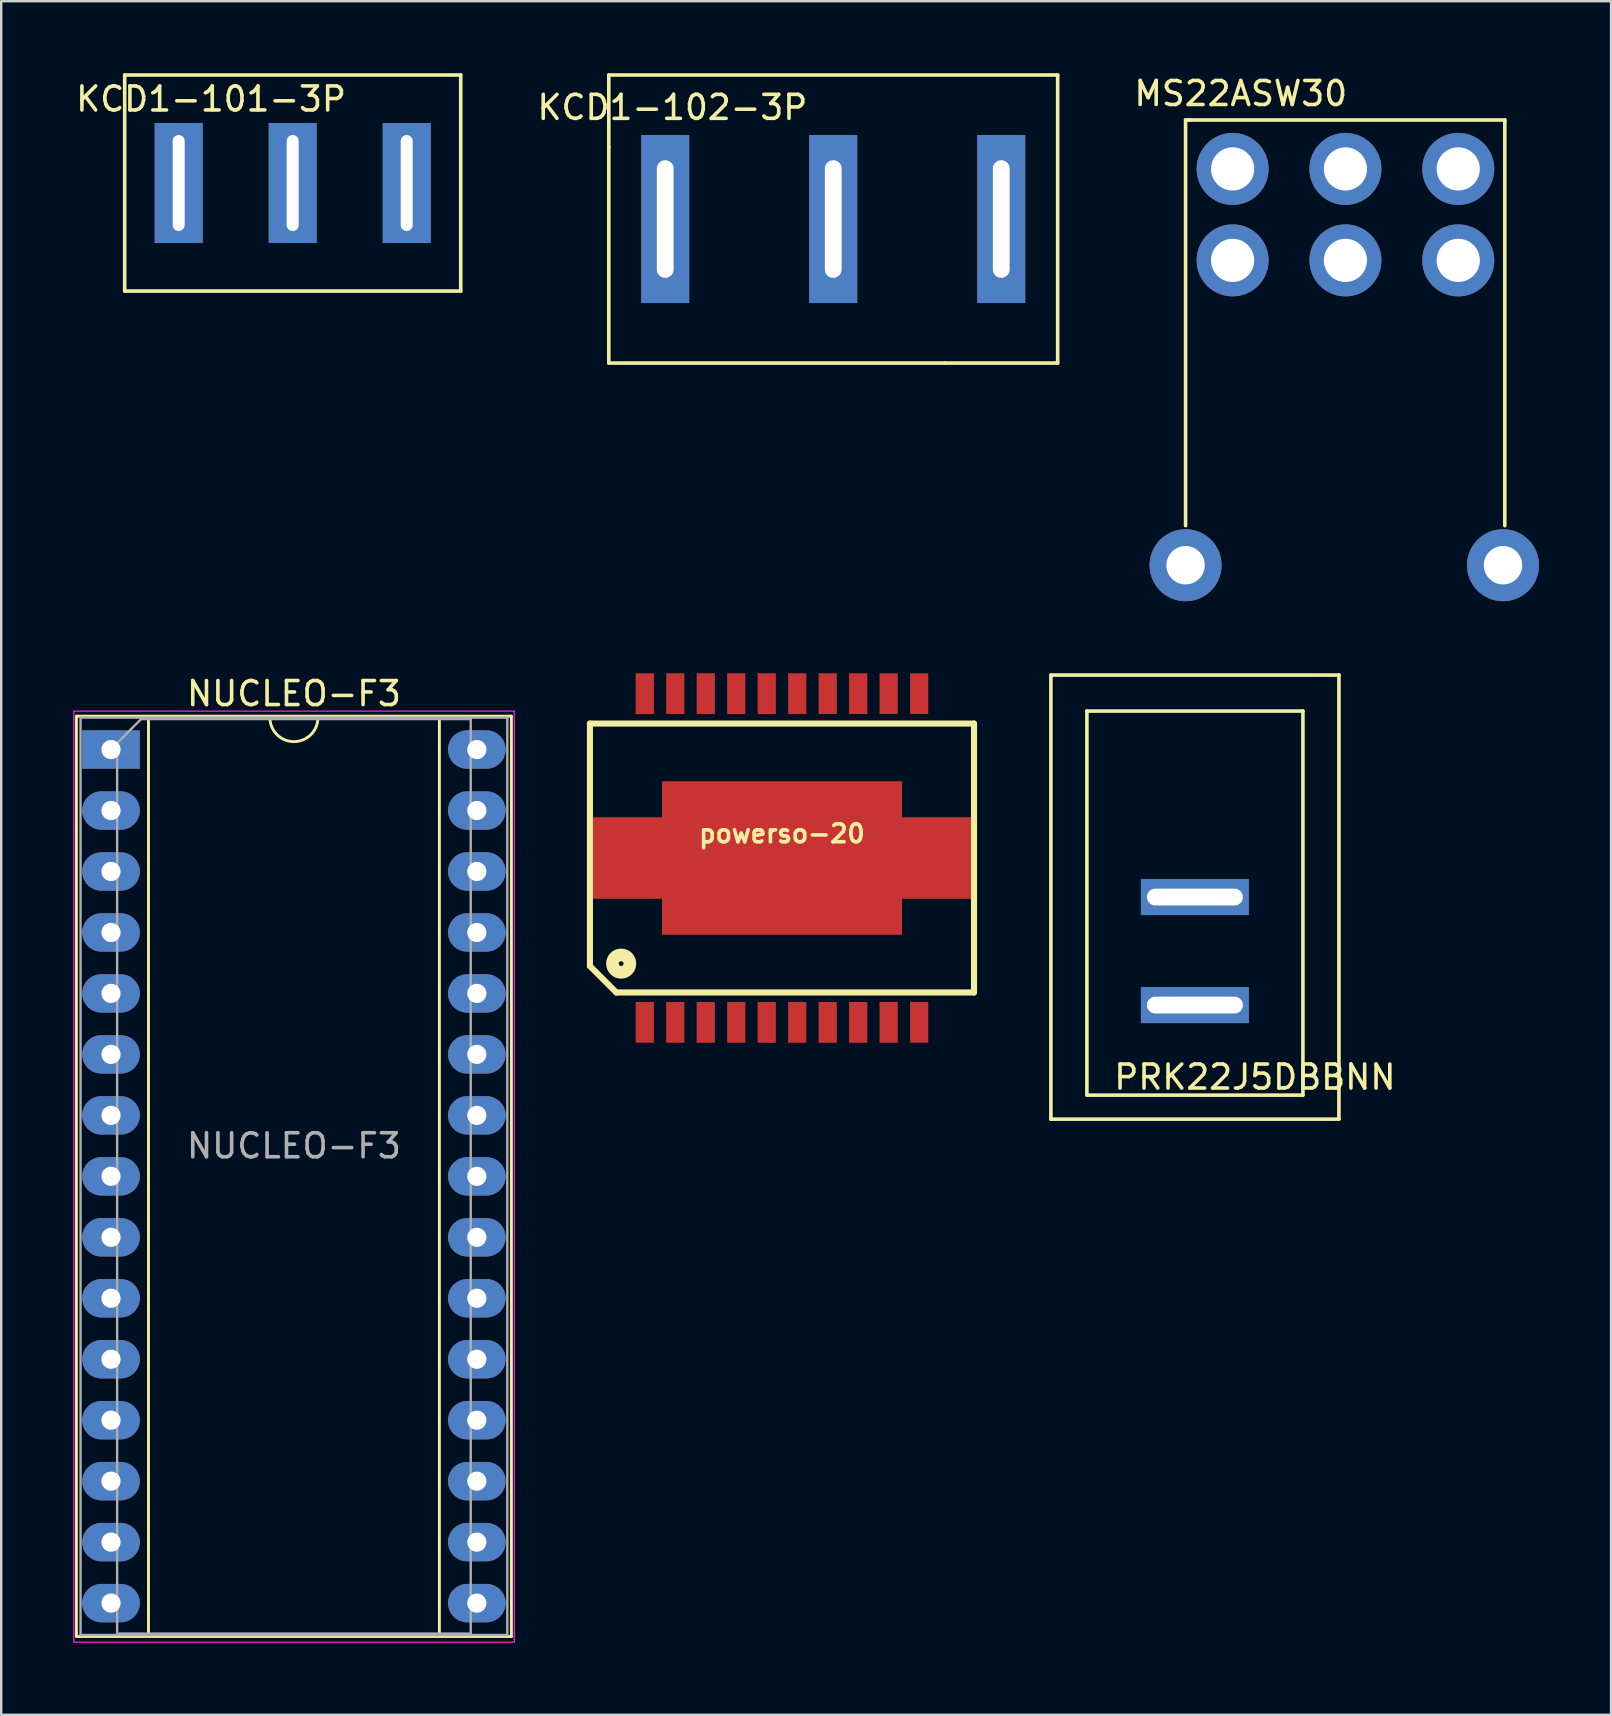
<source format=kicad_pcb>
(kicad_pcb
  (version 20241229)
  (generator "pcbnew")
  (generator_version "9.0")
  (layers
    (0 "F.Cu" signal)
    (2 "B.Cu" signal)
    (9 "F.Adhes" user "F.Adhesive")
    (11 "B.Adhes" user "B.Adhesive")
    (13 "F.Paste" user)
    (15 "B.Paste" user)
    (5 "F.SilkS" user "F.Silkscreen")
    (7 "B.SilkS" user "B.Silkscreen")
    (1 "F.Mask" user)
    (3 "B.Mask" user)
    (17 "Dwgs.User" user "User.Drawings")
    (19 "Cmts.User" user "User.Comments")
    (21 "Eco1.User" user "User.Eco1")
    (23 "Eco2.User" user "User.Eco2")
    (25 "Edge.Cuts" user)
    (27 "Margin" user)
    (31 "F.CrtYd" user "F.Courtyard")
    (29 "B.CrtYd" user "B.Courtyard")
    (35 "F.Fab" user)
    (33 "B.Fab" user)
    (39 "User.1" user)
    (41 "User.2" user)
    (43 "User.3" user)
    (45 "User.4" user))
  (footprint "powerso-20"
    (layer "F.Cu")
    (at 29.528 32.696)
    (property "Reference" "powerso-20" (at 0 -1.016 0) (layer "F.SilkS") (effects (font (size 0.749 0.749) (thickness 0.15))))
    (attr through_hole)
    (fp_line (start -8.001 -5.601) (end 8.001 -5.601) (stroke (width 0.254) (type solid)) (layer "F.SilkS"))
    (fp_line (start -8.001 4.501) (end -8.001 -5.601) (stroke (width 0.254) (type solid)) (layer "F.SilkS"))
    (fp_line (start -6.901 5.601) (end -8.001 4.501) (stroke (width 0.254) (type solid)) (layer "F.SilkS"))
    (fp_line (start -6.901 5.601) (end 8.001 5.601) (stroke (width 0.254) (type solid)) (layer "F.SilkS"))
    (fp_line (start 8.001 -5.601) (end 8.001 5.601) (stroke (width 0.254) (type solid)) (layer "F.SilkS"))
    (fp_circle (center -6.7 4.4) (end -7.2 4.4) (stroke (width 0.254) (type solid)) (fill no) (layer "F.SilkS"))
    (fp_circle (center -6.7 4.4) (end -7 4.4) (stroke (width 0.254) (type solid)) (fill no) (layer "F.SilkS"))
    (fp_circle (center -6.7 4.4) (end -6.8 4.4) (stroke (width 0.254) (type solid)) (fill no) (layer "F.SilkS"))
    (pad "1" smd rect (at -5.715 6.845) (size 0.759 1.699) (layers "F.Cu" "F.Mask" "F.Paste"))
    (pad "1" smd rect (at 0 0) (size 10 6.398) (layers "F.Cu" "F.Mask" "F.Paste"))
    (pad "1" smd rect (at 0 0) (size 16.099 3.399) (layers "F.Cu" "F.Mask" "F.Paste"))
    (pad "2" smd rect (at -4.445 6.848) (size 0.759 1.699) (layers "F.Cu" "F.Mask" "F.Paste"))
    (pad "3" smd rect (at -3.175 6.848) (size 0.759 1.699) (layers "F.Cu" "F.Mask" "F.Paste"))
    (pad "4" smd rect (at -1.905 6.848) (size 0.759 1.699) (layers "F.Cu" "F.Mask" "F.Paste"))
    (pad "5" smd rect (at -0.635 6.848) (size 0.759 1.699) (layers "F.Cu" "F.Mask" "F.Paste"))
    (pad "6" smd rect (at 0.635 6.848) (size 0.759 1.699) (layers "F.Cu" "F.Mask" "F.Paste"))
    (pad "7" smd rect (at 1.905 6.848) (size 0.759 1.699) (layers "F.Cu" "F.Mask" "F.Paste"))
    (pad "8" smd rect (at 3.175 6.848) (size 0.759 1.699) (layers "F.Cu" "F.Mask" "F.Paste"))
    (pad "9" smd rect (at 4.445 6.848) (size 0.759 1.699) (layers "F.Cu" "F.Mask" "F.Paste"))
    (pad "10" smd rect (at 5.715 6.845) (size 0.759 1.699) (layers "F.Cu" "F.Mask" "F.Paste"))
    (pad "11" smd rect (at 5.715 -6.848) (size 0.759 1.699) (layers "F.Cu" "F.Mask" "F.Paste"))
    (pad "12" smd rect (at 4.445 -6.848) (size 0.759 1.699) (layers "F.Cu" "F.Mask" "F.Paste"))
    (pad "13" smd rect (at 3.175 -6.848) (size 0.759 1.699) (layers "F.Cu" "F.Mask" "F.Paste"))
    (pad "14" smd rect (at 1.905 -6.848) (size 0.759 1.699) (layers "F.Cu" "F.Mask" "F.Paste"))
    (pad "15" smd rect (at 0.635 -6.848) (size 0.759 1.699) (layers "F.Cu" "F.Mask" "F.Paste"))
    (pad "16" smd rect (at -0.635 -6.848) (size 0.759 1.699) (layers "F.Cu" "F.Mask" "F.Paste"))
    (pad "17" smd rect (at -1.905 -6.848) (size 0.759 1.699) (layers "F.Cu" "F.Mask" "F.Paste"))
    (pad "18" smd rect (at -3.175 -6.848) (size 0.759 1.699) (layers "F.Cu" "F.Mask" "F.Paste"))
    (pad "19" smd rect (at -4.445 -6.848) (size 0.759 1.699) (layers "F.Cu" "F.Mask" "F.Paste"))
    (pad "20" smd rect (at -5.715 -6.845) (size 0.759 1.699) (layers "F.Cu" "F.Mask" "F.Paste")))
  (footprint "KCD1-102-3P"
    (layer "F.Cu")
    (at 29.013 7.375)
    (property "Reference" "KCD1-102-3P" (at -4.05 -5.95 0) (layer "F.SilkS") (effects (font (size 1 1) (thickness 0.15))))
    (attr through_hole)
    (fp_line (start -6.7 -7.3) (end 12 -7.3) (stroke (width 0.15) (type solid)) (layer "F.SilkS"))
    (fp_line (start -6.7 -4.3) (end -6.7 -7.3) (stroke (width 0.15) (type solid)) (layer "F.SilkS"))
    (fp_line (start -6.7 4.7) (end -6.7 -4.3) (stroke (width 0.15) (type solid)) (layer "F.SilkS"))
    (fp_line (start 7.3 4.7) (end -6.7 4.7) (stroke (width 0.15) (type solid)) (layer "F.SilkS"))
    (fp_line (start 12 -7.3) (end 12 4.7) (stroke (width 0.15) (type solid)) (layer "F.SilkS"))
    (fp_line (start 12 4.7) (end 7.3 4.7) (stroke (width 0.15) (type solid)) (layer "F.SilkS"))
    (pad "1" thru_hole rect (at -4.35 -1.3) (size 2 7) (drill oval 0.7 4.9) (layers "*.Cu" "*.Mask"))
    (pad "2" thru_hole rect (at 2.65 -1.3) (size 2 7) (drill oval 0.7 4.9) (layers "*.Cu" "*.Mask"))
    (pad "3" thru_hole rect (at 9.65 -1.3) (size 2 7) (drill oval 0.7 4.9) (layers "*.Cu" "*.Mask")))
  (footprint "NUCLEO-F3"
    (layer "F.Cu")
    (at 1.575 28.177)
    (property "Reference" "NUCLEO-F3" (at 7.62 -2.33 180) (layer "F.SilkS") (effects (font (size 1 1) (thickness 0.15))))
    (attr through_hole)
    (fp_line (start -1.44 -1.39) (end -1.44 36.95) (stroke (width 0.12) (type solid)) (layer "F.SilkS"))
    (fp_line (start -1.44 36.95) (end 16.68 36.95) (stroke (width 0.12) (type solid)) (layer "F.SilkS"))
    (fp_line (start 1.56 -1.33) (end 1.56 36.89) (stroke (width 0.12) (type solid)) (layer "F.SilkS"))
    (fp_line (start 1.56 36.89) (end 13.68 36.89) (stroke (width 0.12) (type solid)) (layer "F.SilkS"))
    (fp_line (start 6.62 -1.33) (end 1.56 -1.33) (stroke (width 0.12) (type solid)) (layer "F.SilkS"))
    (fp_line (start 13.68 -1.33) (end 8.62 -1.33) (stroke (width 0.12) (type solid)) (layer "F.SilkS"))
    (fp_line (start 13.68 36.83) (end 13.68 -1.33) (stroke (width 0.12) (type solid)) (layer "F.SilkS"))
    (fp_line (start 16.68 -1.39) (end -1.44 -1.39) (stroke (width 0.12) (type solid)) (layer "F.SilkS"))
    (fp_line (start 16.68 36.95) (end 16.68 -1.39) (stroke (width 0.12) (type solid)) (layer "F.SilkS"))
    (fp_arc (start 8.62 -1.33) (mid 7.62 -0.33) (end 6.62 -1.33) (stroke (width 0.12) (type solid)) (layer "F.SilkS"))
    (fp_line (start -1.55 -1.6) (end -1.55 37.19) (stroke (width 0.05) (type solid)) (layer "F.CrtYd"))
    (fp_line (start -1.55 37.19) (end 16.8 37.19) (stroke (width 0.05) (type solid)) (layer "F.CrtYd"))
    (fp_line (start 16.8 -1.6) (end -1.55 -1.6) (stroke (width 0.05) (type solid)) (layer "F.CrtYd"))
    (fp_line (start 16.8 37.19) (end 16.8 -1.6) (stroke (width 0.05) (type solid)) (layer "F.CrtYd"))
    (fp_line (start -1.27 -1.33) (end -1.27 36.89) (stroke (width 0.1) (type solid)) (layer "F.Fab"))
    (fp_line (start -1.27 36.89) (end 16.51 36.89) (stroke (width 0.1) (type solid)) (layer "F.Fab"))
    (fp_line (start 0.255 -0.27) (end 1.255 -1.27) (stroke (width 0.1) (type solid)) (layer "F.Fab"))
    (fp_line (start 0.255 36.83) (end 0.255 -0.27) (stroke (width 0.1) (type solid)) (layer "F.Fab"))
    (fp_line (start 1.255 -1.27) (end 14.985 -1.27) (stroke (width 0.1) (type solid)) (layer "F.Fab"))
    (fp_line (start 14.985 -1.27) (end 14.985 36.83) (stroke (width 0.1) (type solid)) (layer "F.Fab"))
    (fp_line (start 14.985 36.83) (end 0.255 36.83) (stroke (width 0.1) (type solid)) (layer "F.Fab"))
    (fp_line (start 16.51 -1.33) (end -1.27 -1.33) (stroke (width 0.1) (type solid)) (layer "F.Fab"))
    (fp_line (start 16.51 36.89) (end 16.51 -1.33) (stroke (width 0.1) (type solid)) (layer "F.Fab"))
    (fp_text user "${REFERENCE}" (at 7.62 16.51 180) (layer "F.Fab") (effects (font (size 1 1) (thickness 0.15))))
    (pad "1" thru_hole rect (at 0 0) (size 2.4 1.6) (drill 0.8) (layers "*.Cu" "*.Mask"))
    (pad "2" thru_hole oval (at 0 2.54) (size 2.4 1.6) (drill 0.8) (layers "*.Cu" "*.Mask"))
    (pad "3" thru_hole oval (at 0 5.08) (size 2.4 1.6) (drill 0.8) (layers "*.Cu" "*.Mask"))
    (pad "4" thru_hole oval (at 0 7.62) (size 2.4 1.6) (drill 0.8) (layers "*.Cu" "*.Mask"))
    (pad "5" thru_hole oval (at 0 10.16) (size 2.4 1.6) (drill 0.8) (layers "*.Cu" "*.Mask"))
    (pad "6" thru_hole oval (at 0 12.7) (size 2.4 1.6) (drill 0.8) (layers "*.Cu" "*.Mask"))
    (pad "7" thru_hole oval (at 0 15.24) (size 2.4 1.6) (drill 0.8) (layers "*.Cu" "*.Mask"))
    (pad "8" thru_hole oval (at 0 17.78) (size 2.4 1.6) (drill 0.8) (layers "*.Cu" "*.Mask"))
    (pad "9" thru_hole oval (at 0 20.32) (size 2.4 1.6) (drill 0.8) (layers "*.Cu" "*.Mask"))
    (pad "10" thru_hole oval (at 0 22.86) (size 2.4 1.6) (drill 0.8) (layers "*.Cu" "*.Mask"))
    (pad "11" thru_hole oval (at 0 25.4) (size 2.4 1.6) (drill 0.8) (layers "*.Cu" "*.Mask"))
    (pad "12" thru_hole oval (at 0 27.94) (size 2.4 1.6) (drill 0.8) (layers "*.Cu" "*.Mask"))
    (pad "13" thru_hole oval (at 0 30.48) (size 2.4 1.6) (drill 0.8) (layers "*.Cu" "*.Mask"))
    (pad "14" thru_hole oval (at 0 33.02) (size 2.4 1.6) (drill 0.8) (layers "*.Cu" "*.Mask"))
    (pad "15" thru_hole oval (at 0 35.56) (size 2.4 1.6) (drill 0.8) (layers "*.Cu" "*.Mask"))
    (pad "16" thru_hole oval (at 15.24 35.56) (size 2.4 1.6) (drill 0.8) (layers "*.Cu" "*.Mask"))
    (pad "17" thru_hole oval (at 15.24 33.02) (size 2.4 1.6) (drill 0.8) (layers "*.Cu" "*.Mask"))
    (pad "18" thru_hole oval (at 15.24 30.48) (size 2.4 1.6) (drill 0.8) (layers "*.Cu" "*.Mask"))
    (pad "19" thru_hole oval (at 15.24 27.94) (size 2.4 1.6) (drill 0.8) (layers "*.Cu" "*.Mask"))
    (pad "20" thru_hole oval (at 15.24 25.4) (size 2.4 1.6) (drill 0.8) (layers "*.Cu" "*.Mask"))
    (pad "21" thru_hole oval (at 15.24 22.86) (size 2.4 1.6) (drill 0.8) (layers "*.Cu" "*.Mask"))
    (pad "22" thru_hole oval (at 15.24 20.32) (size 2.4 1.6) (drill 0.8) (layers "*.Cu" "*.Mask"))
    (pad "23" thru_hole oval (at 15.24 17.78) (size 2.4 1.6) (drill 0.8) (layers "*.Cu" "*.Mask"))
    (pad "24" thru_hole oval (at 15.24 15.24) (size 2.4 1.6) (drill 0.8) (layers "*.Cu" "*.Mask"))
    (pad "25" thru_hole oval (at 15.24 12.7) (size 2.4 1.6) (drill 0.8) (layers "*.Cu" "*.Mask"))
    (pad "26" thru_hole oval (at 15.24 10.16) (size 2.4 1.6) (drill 0.8) (layers "*.Cu" "*.Mask"))
    (pad "27" thru_hole oval (at 15.24 7.62) (size 2.4 1.6) (drill 0.8) (layers "*.Cu" "*.Mask"))
    (pad "28" thru_hole oval (at 15.24 5.08) (size 2.4 1.6) (drill 0.8) (layers "*.Cu" "*.Mask"))
    (pad "29" thru_hole oval (at 15.24 2.54) (size 2.4 1.6) (drill 0.8) (layers "*.Cu" "*.Mask"))
    (pad "30" thru_hole oval (at 15.24 0) (size 2.4 1.6) (drill 0.8) (layers "*.Cu" "*.Mask")))
  (footprint "PRK22J5DBBNN"
    (layer "F.Cu")
    (at 46.731 36.573)
    (property "Reference" "PRK22J5DBBNN" (at 2.5 5.25 0) (layer "F.SilkS") (effects (font (size 1 1) (thickness 0.15))))
    (attr through_hole)
    (fp_line (start -6 -11.5) (end -6 7) (stroke (width 0.15) (type solid)) (layer "F.SilkS"))
    (fp_line (start -6 7) (end 6 7) (stroke (width 0.15) (type solid)) (layer "F.SilkS"))
    (fp_line (start -4.5 -10) (end -4.5 6) (stroke (width 0.15) (type solid)) (layer "F.SilkS"))
    (fp_line (start -4.5 6) (end 4.5 6) (stroke (width 0.15) (type solid)) (layer "F.SilkS"))
    (fp_line (start 4.5 -10) (end -4.5 -10) (stroke (width 0.15) (type solid)) (layer "F.SilkS"))
    (fp_line (start 4.5 6) (end 4.5 -10) (stroke (width 0.15) (type solid)) (layer "F.SilkS"))
    (fp_line (start 6 -11.5) (end -6 -11.5) (stroke (width 0.15) (type solid)) (layer "F.SilkS"))
    (fp_line (start 6 7) (end 6 -11.5) (stroke (width 0.15) (type solid)) (layer "F.SilkS"))
    (pad "1" thru_hole rect (at 0 -2.25) (size 4.5 1.5) (drill oval 4 0.7) (layers "*.Cu" "*.Mask"))
    (pad "2" thru_hole rect (at 0 2.25) (size 4.5 1.5) (drill oval 4 0.7) (layers "*.Cu" "*.Mask")))
  (footprint "MS22ASW30"
    (layer "F.Cu")
    (at 53.042 5.948)
    (property "Reference" "MS22ASW30" (at -4.4 -5.1 0) (layer "F.SilkS") (effects (font (size 1 1) (thickness 0.15))))
    (attr through_hole)
    (fp_line (start -6.7 -4) (end -6.5 -4) (stroke (width 0.15) (type solid)) (layer "F.SilkS"))
    (fp_line (start -6.7 12.9) (end -6.7 -4) (stroke (width 0.15) (type solid)) (layer "F.SilkS"))
    (fp_line (start 6.6 -4) (end -6.6 -4) (stroke (width 0.15) (type solid)) (layer "F.SilkS"))
    (fp_line (start 6.6 -4) (end 6.6 12.9) (stroke (width 0.15) (type solid)) (layer "F.SilkS"))
    (pad "" np_thru_hole circle (at -6.7 14.55) (size 3 3) (drill 1.6) (layers "*.Cu" "*.Mask"))
    (pad "" np_thru_hole circle (at 6.525 14.55) (size 3 3) (drill 1.6) (layers "*.Cu" "*.Mask"))
    (pad "1" thru_hole circle (at 4.66 1.85) (size 3 3) (drill 1.8) (layers "*.Cu" "*.Mask"))
    (pad "2" thru_hole circle (at -0.04 1.85) (size 3 3) (drill 1.8) (layers "*.Cu" "*.Mask"))
    (pad "3" thru_hole circle (at -4.74 1.85) (size 3 3) (drill 1.8) (layers "*.Cu" "*.Mask"))
    (pad "4" thru_hole circle (at 4.66 -1.96) (size 3 3) (drill 1.8) (layers "*.Cu" "*.Mask"))
    (pad "5" thru_hole circle (at -0.04 -1.96) (size 3 3) (drill 1.8) (layers "*.Cu" "*.Mask"))
    (pad "6" thru_hole circle (at -4.74 -1.96) (size 3 3) (drill 1.8) (layers "*.Cu" "*.Mask")))
  (footprint "KCD1-101-3P"
    (layer "F.Cu")
    (at 8.844 4.375)
    (property "Reference" "KCD1-101-3P" (at -3.1 -3.3 0) (layer "F.SilkS") (effects (font (size 1 1) (thickness 0.15))))
    (attr through_hole)
    (fp_line (start -6.7 -4.3) (end 7.3 -4.3) (stroke (width 0.15) (type solid)) (layer "F.SilkS"))
    (fp_line (start -6.7 4.7) (end -6.7 -4.3) (stroke (width 0.15) (type solid)) (layer "F.SilkS"))
    (fp_line (start 7.3 -4.3) (end 7.3 4.7) (stroke (width 0.15) (type solid)) (layer "F.SilkS"))
    (fp_line (start 7.3 4.7) (end -6.7 4.7) (stroke (width 0.15) (type solid)) (layer "F.SilkS"))
    (pad "1" thru_hole rect (at -4.45 0.2) (size 2 5) (drill oval 0.5 4) (layers "*.Cu" "*.Mask"))
    (pad "2" thru_hole rect (at 0.3 0.2) (size 2 5) (drill oval 0.5 4) (layers "*.Cu" "*.Mask"))
    (pad "3" thru_hole rect (at 5.05 0.2) (size 2 5) (drill oval 0.5 4) (layers "*.Cu" "*.Mask")))
  (gr_rect
    (start -3 -3)
    (end 64.067 68.391)
    (stroke (width 0.1) (type default))
    (fill no)
    (layer "Edge.Cuts")))
</source>
